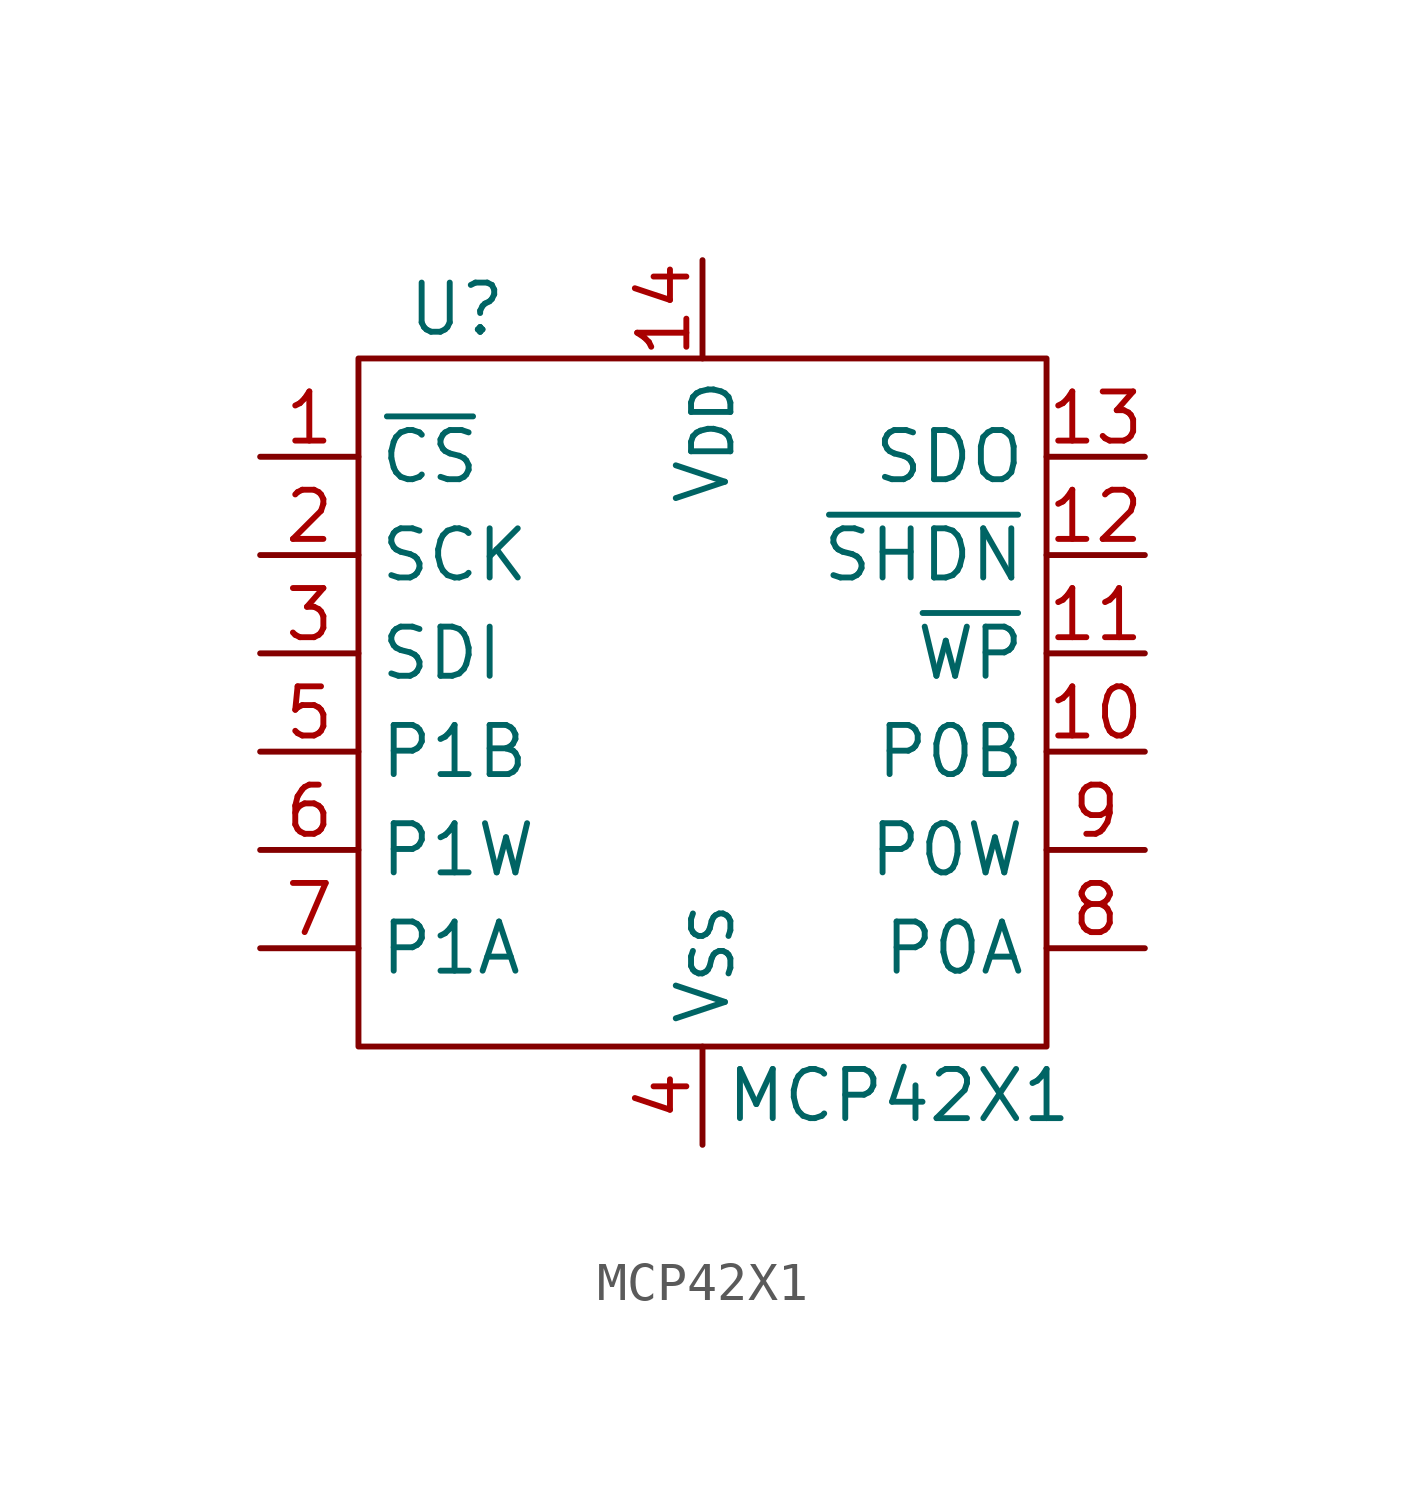
<source format=kicad_sym>
(kicad_symbol_lib
  (version 20220914)
  (generator kicad_symbol_editor)
  (symbol "MCP42X1"
    (property "Reference" "U"
      (at -6.35 11.43 0)
      (effects (font (size 1.27 1.27))))
    (property "Value" "MCP42X1"
      (at 5.08 -8.89 0)
      (effects (font (size 1.27 1.27))))
    (symbol "MCP42X1_0_1"
      (rectangle (start -8.89 10.16) (end 8.89 -7.62) (stroke (width 0) (type default)) (fill (type none))))
    (symbol "MCP42X1_1_1"
      (pin input line (at -11.43 7.62 0) (length 2.54) (name "~{CS}" (effects (font (size 1.27 1.27)))) (number "1" (effects (font (size 1.27 1.27)))))
      (pin passive line (at 11.43 0 180) (length 2.54) (name "P0B" (effects (font (size 1.27 1.27)))) (number "10" (effects (font (size 1.27 1.27)))))
      (pin input line (at 11.43 2.54 180) (length 2.54) (name "~{WP}" (effects (font (size 1.27 1.27)))) (number "11" (effects (font (size 1.27 1.27)))))
      (pin input line (at 11.43 5.08 180) (length 2.54) (name "~{SHDN}" (effects (font (size 1.27 1.27)))) (number "12" (effects (font (size 1.27 1.27)))))
      (pin output line (at 11.43 7.62 180) (length 2.54) (name "SDO" (effects (font (size 1.27 1.27)))) (number "13" (effects (font (size 1.27 1.27)))))
      (pin power_in line (at 0 12.7 270) (length 2.54) (name "V_{DD}" (effects (font (size 1.27 1.27)))) (number "14" (effects (font (size 1.27 1.27)))))
      (pin input line (at -11.43 5.08 0) (length 2.54) (name "SCK" (effects (font (size 1.27 1.27)))) (number "2" (effects (font (size 1.27 1.27)))))
      (pin input line (at -11.43 2.54 0) (length 2.54) (name "SDI" (effects (font (size 1.27 1.27)))) (number "3" (effects (font (size 1.27 1.27)))))
      (pin power_in line (at 0 -10.16 90) (length 2.54) (name "V_{SS}" (effects (font (size 1.27 1.27)))) (number "4" (effects (font (size 1.27 1.27)))))
      (pin passive line (at -11.43 0 0) (length 2.54) (name "P1B" (effects (font (size 1.27 1.27)))) (number "5" (effects (font (size 1.27 1.27)))))
      (pin passive line (at -11.43 -2.54 0) (length 2.54) (name "P1W" (effects (font (size 1.27 1.27)))) (number "6" (effects (font (size 1.27 1.27)))))
      (pin passive line (at -11.43 -5.08 0) (length 2.54) (name "P1A" (effects (font (size 1.27 1.27)))) (number "7" (effects (font (size 1.27 1.27)))))
      (pin passive line (at 11.43 -5.08 180) (length 2.54) (name "P0A" (effects (font (size 1.27 1.27)))) (number "8" (effects (font (size 1.27 1.27)))))
      (pin passive line (at 11.43 -2.54 180) (length 2.54) (name "P0W" (effects (font (size 1.27 1.27)))) (number "9" (effects (font (size 1.27 1.27))))))))
</source>
